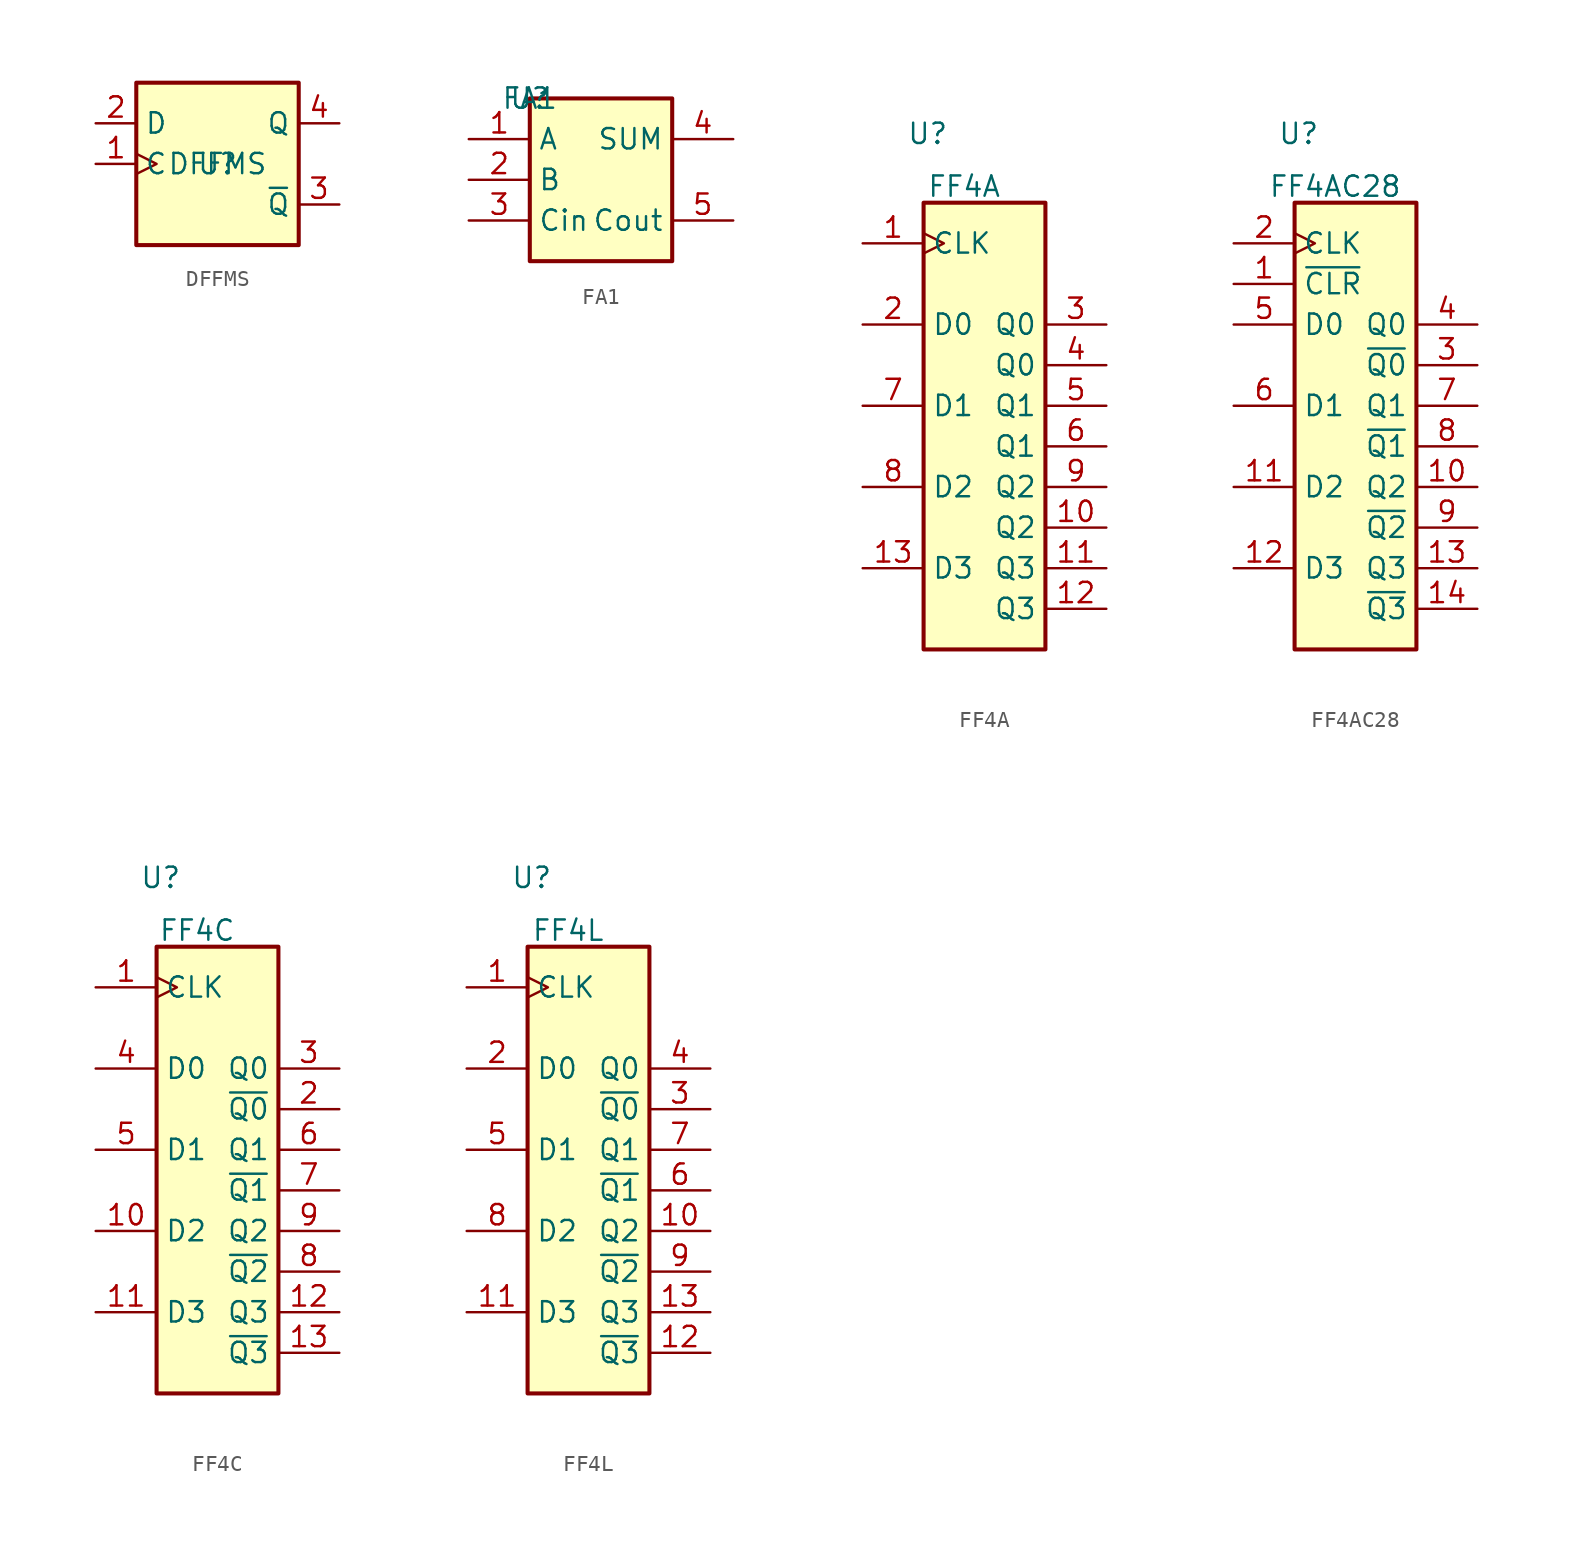
<source format=kicad_sym>
(kicad_symbol_lib
  (version 20231120)
  (generator "kicad_symbol_editor")
  (generator_version "8.0")
  (symbol "DFFMS"
    (property "Reference" "U"
      (at 0 0 0)
      (effects (font (size 1.27 1.27))))
    (property "Value" "DFFMS"
      (at 0 0 0)
      (effects (font (size 1.27 1.27))))
    (symbol "DFFMS_1_0"
      (pin input clock (at -7.62 0 0) (length 2.54) (name "C" (effects (font (size 1.27 1.27)))) (number "1" (effects (font (size 1.27 1.27)))))
      (pin input line (at -7.62 2.54 0) (length 2.54) (name "D" (effects (font (size 1.27 1.27)))) (number "2" (effects (font (size 1.27 1.27)))))
      (pin output line (at 7.62 -2.54 180) (length 2.54) (name "~{Q}" (effects (font (size 1.27 1.27)))) (number "3" (effects (font (size 1.27 1.27)))))
      (pin output line (at 7.62 2.54 180) (length 2.54) (name "Q" (effects (font (size 1.27 1.27)))) (number "4" (effects (font (size 1.27 1.27))))))
    (symbol "DFFMS_1_1"
      (rectangle (start -5.08 5.08) (end 5.08 -5.08) (stroke (width 0.254) (type default)) (fill (type background)))))
  (symbol "FA1"
    (property "Reference" "U"
      (at 0 0 0)
      (effects (font (size 1.27 1.27))))
    (property "Value" "FA1"
      (at 0 0 0)
      (effects (font (size 1.27 1.27))))
    (symbol "FA1_1_1"
      (rectangle (start 0 0) (end 8.89 -10.16) (stroke (width 0.254) (type default)) (fill (type background)))
      (pin input line (at -3.81 -2.54 0) (length 3.81) (name "A" (effects (font (size 1.27 1.27)))) (number "1" (effects (font (size 1.27 1.27)))))
      (pin input line (at -3.81 -5.08 0) (length 3.81) (name "B" (effects (font (size 1.27 1.27)))) (number "2" (effects (font (size 1.27 1.27)))))
      (pin input line (at -3.81 -7.62 0) (length 3.81) (name "Cin" (effects (font (size 1.27 1.27)))) (number "3" (effects (font (size 1.27 1.27)))))
      (pin output line (at 12.7 -2.54 180) (length 3.81) (name "SUM" (effects (font (size 1.27 1.27)))) (number "4" (effects (font (size 1.27 1.27)))))
      (pin output line (at 12.7 -7.62 180) (length 3.81) (name "Cout" (effects (font (size 1.27 1.27)))) (number "5" (effects (font (size 1.27 1.27)))))))
  (symbol "FF4A"
    (property "Reference" "U"
      (at 0.254 4.318 0)
      (effects (font (size 1.27 1.27))))
    (property "Value" "FF4A"
      (at 2.54 1.016 0)
      (effects (font (size 1.27 1.27))))
    (symbol "FF4A_1_1"
      (rectangle (start 0 0) (end 7.62 -27.94) (stroke (width 0.254) (type default)) (fill (type background)))
      (pin input clock (at -3.81 -2.54 0) (length 3.81) (name "CLK" (effects (font (size 1.27 1.27)))) (number "1" (effects (font (size 1.27 1.27)))))
      (pin output line (at 11.43 -20.32 180) (length 3.81) (name "Q2" (effects (font (size 1.27 1.27)))) (number "10" (effects (font (size 1.27 1.27)))))
      (pin output line (at 11.43 -22.86 180) (length 3.81) (name "Q3" (effects (font (size 1.27 1.27)))) (number "11" (effects (font (size 1.27 1.27)))))
      (pin output line (at 11.43 -25.4 180) (length 3.81) (name "Q3" (effects (font (size 1.27 1.27)))) (number "12" (effects (font (size 1.27 1.27)))))
      (pin input line (at -3.81 -22.86 0) (length 3.81) (name "D3" (effects (font (size 1.27 1.27)))) (number "13" (effects (font (size 1.27 1.27)))))
      (pin input line (at -3.81 -7.62 0) (length 3.81) (name "D0" (effects (font (size 1.27 1.27)))) (number "2" (effects (font (size 1.27 1.27)))))
      (pin output line (at 11.43 -7.62 180) (length 3.81) (name "Q0" (effects (font (size 1.27 1.27)))) (number "3" (effects (font (size 1.27 1.27)))))
      (pin output line (at 11.43 -10.16 180) (length 3.81) (name "Q0" (effects (font (size 1.27 1.27)))) (number "4" (effects (font (size 1.27 1.27)))))
      (pin output line (at 11.43 -12.7 180) (length 3.81) (name "Q1" (effects (font (size 1.27 1.27)))) (number "5" (effects (font (size 1.27 1.27)))))
      (pin output line (at 11.43 -15.24 180) (length 3.81) (name "Q1" (effects (font (size 1.27 1.27)))) (number "6" (effects (font (size 1.27 1.27)))))
      (pin input line (at -3.81 -12.7 0) (length 3.81) (name "D1" (effects (font (size 1.27 1.27)))) (number "7" (effects (font (size 1.27 1.27)))))
      (pin input line (at -3.81 -17.78 0) (length 3.81) (name "D2" (effects (font (size 1.27 1.27)))) (number "8" (effects (font (size 1.27 1.27)))))
      (pin output line (at 11.43 -17.78 180) (length 3.81) (name "Q2" (effects (font (size 1.27 1.27)))) (number "9" (effects (font (size 1.27 1.27)))))))
  (symbol "FF4AC28"
    (property "Reference" "U"
      (at 0.254 4.318 0)
      (effects (font (size 1.27 1.27))))
    (property "Value" "FF4AC28"
      (at 2.54 1.016 0)
      (effects (font (size 1.27 1.27))))
    (symbol "FF4AC28_1_1"
      (rectangle (start 0 0) (end 7.62 -27.94) (stroke (width 0.254) (type default)) (fill (type background)))
      (pin input line (at -3.81 -5.08 0) (length 3.81) (name "~{CLR}" (effects (font (size 1.27 1.27)))) (number "1" (effects (font (size 1.27 1.27)))))
      (pin output line (at 11.43 -17.78 180) (length 3.81) (name "Q2" (effects (font (size 1.27 1.27)))) (number "10" (effects (font (size 1.27 1.27)))))
      (pin input line (at -3.81 -17.78 0) (length 3.81) (name "D2" (effects (font (size 1.27 1.27)))) (number "11" (effects (font (size 1.27 1.27)))))
      (pin input line (at -3.81 -22.86 0) (length 3.81) (name "D3" (effects (font (size 1.27 1.27)))) (number "12" (effects (font (size 1.27 1.27)))))
      (pin output line (at 11.43 -22.86 180) (length 3.81) (name "Q3" (effects (font (size 1.27 1.27)))) (number "13" (effects (font (size 1.27 1.27)))))
      (pin output line (at 11.43 -25.4 180) (length 3.81) (name "~{Q3}" (effects (font (size 1.27 1.27)))) (number "14" (effects (font (size 1.27 1.27)))))
      (pin input clock (at -3.81 -2.54 0) (length 3.81) (name "CLK" (effects (font (size 1.27 1.27)))) (number "2" (effects (font (size 1.27 1.27)))))
      (pin output line (at 11.43 -10.16 180) (length 3.81) (name "~{Q0}" (effects (font (size 1.27 1.27)))) (number "3" (effects (font (size 1.27 1.27)))))
      (pin output line (at 11.43 -7.62 180) (length 3.81) (name "Q0" (effects (font (size 1.27 1.27)))) (number "4" (effects (font (size 1.27 1.27)))))
      (pin input line (at -3.81 -7.62 0) (length 3.81) (name "D0" (effects (font (size 1.27 1.27)))) (number "5" (effects (font (size 1.27 1.27)))))
      (pin input line (at -3.81 -12.7 0) (length 3.81) (name "D1" (effects (font (size 1.27 1.27)))) (number "6" (effects (font (size 1.27 1.27)))))
      (pin output line (at 11.43 -12.7 180) (length 3.81) (name "Q1" (effects (font (size 1.27 1.27)))) (number "7" (effects (font (size 1.27 1.27)))))
      (pin output line (at 11.43 -15.24 180) (length 3.81) (name "~{Q1}" (effects (font (size 1.27 1.27)))) (number "8" (effects (font (size 1.27 1.27)))))
      (pin output line (at 11.43 -20.32 180) (length 3.81) (name "~{Q2}" (effects (font (size 1.27 1.27)))) (number "9" (effects (font (size 1.27 1.27)))))))
  (symbol "FF4C"
    (property "Reference" "U"
      (at 0.254 4.318 0)
      (effects (font (size 1.27 1.27))))
    (property "Value" "FF4C"
      (at 2.54 1.016 0)
      (effects (font (size 1.27 1.27))))
    (symbol "FF4C_1_1"
      (rectangle (start 0 0) (end 7.62 -27.94) (stroke (width 0.254) (type default)) (fill (type background)))
      (pin input clock (at -3.81 -2.54 0) (length 3.81) (name "CLK" (effects (font (size 1.27 1.27)))) (number "1" (effects (font (size 1.27 1.27)))))
      (pin input line (at -3.81 -17.78 0) (length 3.81) (name "D2" (effects (font (size 1.27 1.27)))) (number "10" (effects (font (size 1.27 1.27)))))
      (pin input line (at -3.81 -22.86 0) (length 3.81) (name "D3" (effects (font (size 1.27 1.27)))) (number "11" (effects (font (size 1.27 1.27)))))
      (pin output line (at 11.43 -22.86 180) (length 3.81) (name "Q3" (effects (font (size 1.27 1.27)))) (number "12" (effects (font (size 1.27 1.27)))))
      (pin output line (at 11.43 -25.4 180) (length 3.81) (name "~{Q3}" (effects (font (size 1.27 1.27)))) (number "13" (effects (font (size 1.27 1.27)))))
      (pin output line (at 11.43 -10.16 180) (length 3.81) (name "~{Q0}" (effects (font (size 1.27 1.27)))) (number "2" (effects (font (size 1.27 1.27)))))
      (pin output line (at 11.43 -7.62 180) (length 3.81) (name "Q0" (effects (font (size 1.27 1.27)))) (number "3" (effects (font (size 1.27 1.27)))))
      (pin input line (at -3.81 -7.62 0) (length 3.81) (name "D0" (effects (font (size 1.27 1.27)))) (number "4" (effects (font (size 1.27 1.27)))))
      (pin input line (at -3.81 -12.7 0) (length 3.81) (name "D1" (effects (font (size 1.27 1.27)))) (number "5" (effects (font (size 1.27 1.27)))))
      (pin output line (at 11.43 -12.7 180) (length 3.81) (name "Q1" (effects (font (size 1.27 1.27)))) (number "6" (effects (font (size 1.27 1.27)))))
      (pin output line (at 11.43 -15.24 180) (length 3.81) (name "~{Q1}" (effects (font (size 1.27 1.27)))) (number "7" (effects (font (size 1.27 1.27)))))
      (pin output line (at 11.43 -20.32 180) (length 3.81) (name "~{Q2}" (effects (font (size 1.27 1.27)))) (number "8" (effects (font (size 1.27 1.27)))))
      (pin output line (at 11.43 -17.78 180) (length 3.81) (name "Q2" (effects (font (size 1.27 1.27)))) (number "9" (effects (font (size 1.27 1.27)))))))
  (symbol "FF4L"
    (property "Reference" "U"
      (at 0.254 4.318 0)
      (effects (font (size 1.27 1.27))))
    (property "Value" "FF4L"
      (at 2.54 1.016 0)
      (effects (font (size 1.27 1.27))))
    (symbol "FF4L_1_1"
      (rectangle (start 0 0) (end 7.62 -27.94) (stroke (width 0.254) (type default)) (fill (type background)))
      (pin input clock (at -3.81 -2.54 0) (length 3.81) (name "CLK" (effects (font (size 1.27 1.27)))) (number "1" (effects (font (size 1.27 1.27)))))
      (pin output line (at 11.43 -17.78 180) (length 3.81) (name "Q2" (effects (font (size 1.27 1.27)))) (number "10" (effects (font (size 1.27 1.27)))))
      (pin input line (at -3.81 -22.86 0) (length 3.81) (name "D3" (effects (font (size 1.27 1.27)))) (number "11" (effects (font (size 1.27 1.27)))))
      (pin output line (at 11.43 -25.4 180) (length 3.81) (name "~{Q3}" (effects (font (size 1.27 1.27)))) (number "12" (effects (font (size 1.27 1.27)))))
      (pin output line (at 11.43 -22.86 180) (length 3.81) (name "Q3" (effects (font (size 1.27 1.27)))) (number "13" (effects (font (size 1.27 1.27)))))
      (pin input line (at -3.81 -7.62 0) (length 3.81) (name "D0" (effects (font (size 1.27 1.27)))) (number "2" (effects (font (size 1.27 1.27)))))
      (pin output line (at 11.43 -10.16 180) (length 3.81) (name "~{Q0}" (effects (font (size 1.27 1.27)))) (number "3" (effects (font (size 1.27 1.27)))))
      (pin output line (at 11.43 -7.62 180) (length 3.81) (name "Q0" (effects (font (size 1.27 1.27)))) (number "4" (effects (font (size 1.27 1.27)))))
      (pin input line (at -3.81 -12.7 0) (length 3.81) (name "D1" (effects (font (size 1.27 1.27)))) (number "5" (effects (font (size 1.27 1.27)))))
      (pin output line (at 11.43 -15.24 180) (length 3.81) (name "~{Q1}" (effects (font (size 1.27 1.27)))) (number "6" (effects (font (size 1.27 1.27)))))
      (pin output line (at 11.43 -12.7 180) (length 3.81) (name "Q1" (effects (font (size 1.27 1.27)))) (number "7" (effects (font (size 1.27 1.27)))))
      (pin input line (at -3.81 -17.78 0) (length 3.81) (name "D2" (effects (font (size 1.27 1.27)))) (number "8" (effects (font (size 1.27 1.27)))))
      (pin output line (at 11.43 -20.32 180) (length 3.81) (name "~{Q2}" (effects (font (size 1.27 1.27)))) (number "9" (effects (font (size 1.27 1.27))))))))
</source>
